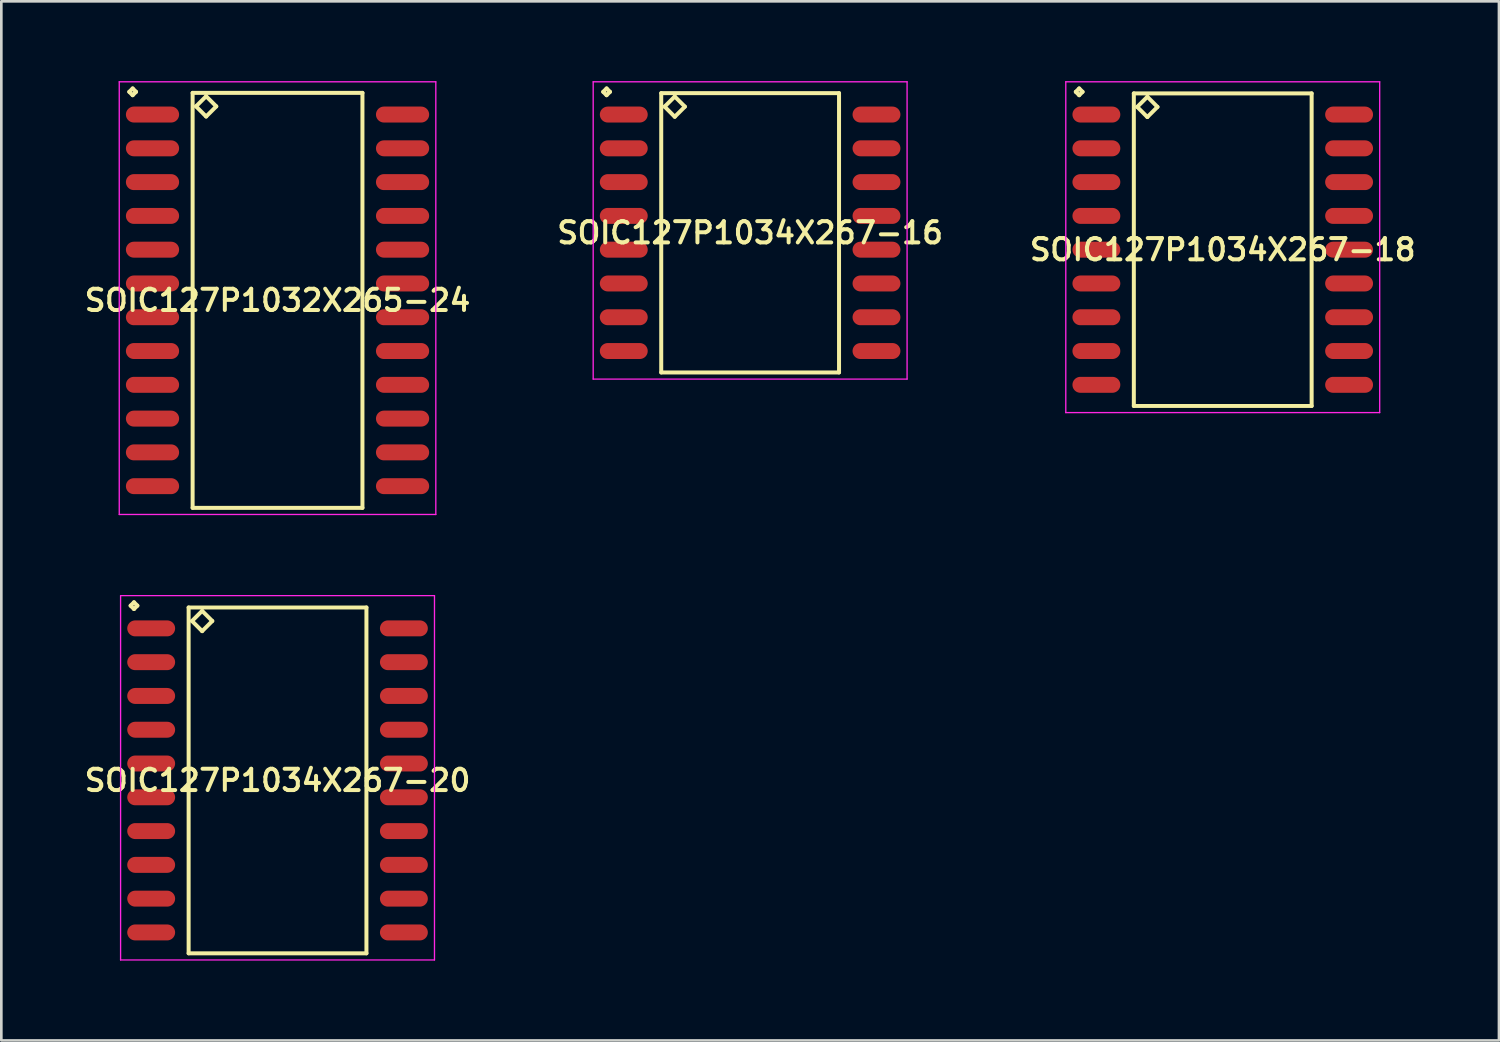
<source format=kicad_pcb>
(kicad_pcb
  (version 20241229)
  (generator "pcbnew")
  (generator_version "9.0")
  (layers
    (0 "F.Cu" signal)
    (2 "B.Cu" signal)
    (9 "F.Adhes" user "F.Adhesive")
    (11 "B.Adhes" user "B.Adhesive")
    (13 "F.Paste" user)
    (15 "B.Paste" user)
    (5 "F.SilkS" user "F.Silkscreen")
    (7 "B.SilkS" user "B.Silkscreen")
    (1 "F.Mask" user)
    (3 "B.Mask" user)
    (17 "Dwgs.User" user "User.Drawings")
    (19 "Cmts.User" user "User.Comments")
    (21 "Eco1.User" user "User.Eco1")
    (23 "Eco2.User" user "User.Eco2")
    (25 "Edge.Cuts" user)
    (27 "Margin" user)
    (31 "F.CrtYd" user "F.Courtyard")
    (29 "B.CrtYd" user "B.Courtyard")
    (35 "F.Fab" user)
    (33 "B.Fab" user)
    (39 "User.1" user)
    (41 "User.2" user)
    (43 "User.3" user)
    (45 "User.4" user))
  (footprint "SOIC127P1032X265-24"
    (layer "F.Cu")
    (at 7.383 8.241)
    (property "Reference" "SOIC127P1032X265-24" (at 0 0 0) (layer "F.SilkS") (effects (font (size 0.8 0.8) (thickness 0.15))))
    (attr smd)
    (fp_line (start -5.573 -7.839) (end -5.446 -7.966) (stroke (width 0.15) (type solid)) (layer "F.SilkS"))
    (fp_line (start -5.446 -7.966) (end -5.319 -7.839) (stroke (width 0.15) (type solid)) (layer "F.SilkS"))
    (fp_line (start -5.446 -7.712) (end -5.573 -7.839) (stroke (width 0.15) (type solid)) (layer "F.SilkS"))
    (fp_line (start -5.319 -7.839) (end -5.446 -7.712) (stroke (width 0.15) (type solid)) (layer "F.SilkS"))
    (fp_line (start -3.192 -7.8) (end -3.192 7.8) (stroke (width 0.15) (type solid)) (layer "F.SilkS"))
    (fp_line (start -3.192 7.8) (end 3.192 7.8) (stroke (width 0.15) (type solid)) (layer "F.SilkS"))
    (fp_line (start -3.065 -7.292) (end -2.684 -7.673) (stroke (width 0.15) (type solid)) (layer "F.SilkS"))
    (fp_line (start -2.684 -7.673) (end -2.303 -7.292) (stroke (width 0.15) (type solid)) (layer "F.SilkS"))
    (fp_line (start -2.684 -6.911) (end -3.065 -7.292) (stroke (width 0.15) (type solid)) (layer "F.SilkS"))
    (fp_line (start -2.303 -7.292) (end -2.684 -6.911) (stroke (width 0.15) (type solid)) (layer "F.SilkS"))
    (fp_line (start 3.192 -7.8) (end -3.192 -7.8) (stroke (width 0.15) (type solid)) (layer "F.SilkS"))
    (fp_line (start 3.192 7.8) (end 3.192 -7.8) (stroke (width 0.15) (type solid)) (layer "F.SilkS"))
    (fp_line (start -5.95 -8.216) (end 5.95 -8.216) (stroke (width 0.05) (type solid)) (layer "F.CrtYd"))
    (fp_line (start -5.95 8.05) (end -5.95 -8.216) (stroke (width 0.05) (type solid)) (layer "F.CrtYd"))
    (fp_line (start 5.95 -8.216) (end 5.95 8.05) (stroke (width 0.05) (type solid)) (layer "F.CrtYd"))
    (fp_line (start 5.95 8.05) (end -5.95 8.05) (stroke (width 0.05) (type solid)) (layer "F.CrtYd"))
    (pad "1" smd oval (at -4.7 -6.985) (size 2 0.6) (layers "F.Cu" "F.Mask" "F.Paste"))
    (pad "2" smd oval (at -4.7 -5.715) (size 2 0.6) (layers "F.Cu" "F.Mask" "F.Paste"))
    (pad "3" smd oval (at -4.7 -4.445) (size 2 0.6) (layers "F.Cu" "F.Mask" "F.Paste"))
    (pad "4" smd oval (at -4.7 -3.175) (size 2 0.6) (layers "F.Cu" "F.Mask" "F.Paste"))
    (pad "5" smd oval (at -4.7 -1.905) (size 2 0.6) (layers "F.Cu" "F.Mask" "F.Paste"))
    (pad "6" smd oval (at -4.7 -0.635) (size 2 0.6) (layers "F.Cu" "F.Mask" "F.Paste"))
    (pad "7" smd oval (at -4.7 0.635) (size 2 0.6) (layers "F.Cu" "F.Mask" "F.Paste"))
    (pad "8" smd oval (at -4.7 1.905) (size 2 0.6) (layers "F.Cu" "F.Mask" "F.Paste"))
    (pad "9" smd oval (at -4.7 3.175) (size 2 0.6) (layers "F.Cu" "F.Mask" "F.Paste"))
    (pad "10" smd oval (at -4.7 4.445) (size 2 0.6) (layers "F.Cu" "F.Mask" "F.Paste"))
    (pad "11" smd oval (at -4.7 5.715) (size 2 0.6) (layers "F.Cu" "F.Mask" "F.Paste"))
    (pad "12" smd oval (at -4.7 6.985) (size 2 0.6) (layers "F.Cu" "F.Mask" "F.Paste"))
    (pad "13" smd oval (at 4.7 6.985) (size 2 0.6) (layers "F.Cu" "F.Mask" "F.Paste"))
    (pad "14" smd oval (at 4.7 5.715) (size 2 0.6) (layers "F.Cu" "F.Mask" "F.Paste"))
    (pad "15" smd oval (at 4.7 4.445) (size 2 0.6) (layers "F.Cu" "F.Mask" "F.Paste"))
    (pad "16" smd oval (at 4.7 3.175) (size 2 0.6) (layers "F.Cu" "F.Mask" "F.Paste"))
    (pad "17" smd oval (at 4.7 1.905) (size 2 0.6) (layers "F.Cu" "F.Mask" "F.Paste"))
    (pad "18" smd oval (at 4.7 0.635) (size 2 0.6) (layers "F.Cu" "F.Mask" "F.Paste"))
    (pad "19" smd oval (at 4.7 -0.635) (size 2 0.6) (layers "F.Cu" "F.Mask" "F.Paste"))
    (pad "20" smd oval (at 4.7 -1.905) (size 2 0.6) (layers "F.Cu" "F.Mask" "F.Paste"))
    (pad "21" smd oval (at 4.7 -3.175) (size 2 0.6) (layers "F.Cu" "F.Mask" "F.Paste"))
    (pad "22" smd oval (at 4.7 -4.445) (size 2 0.6) (layers "F.Cu" "F.Mask" "F.Paste"))
    (pad "23" smd oval (at 4.7 -5.715) (size 2 0.6) (layers "F.Cu" "F.Mask" "F.Paste"))
    (pad "24" smd oval (at 4.7 -6.985) (size 2 0.6) (layers "F.Cu" "F.Mask" "F.Paste")))
  (footprint "SOIC127P1034X267-18"
    (layer "F.Cu")
    (at 42.915 6.336)
    (property "Reference" "SOIC127P1034X267-18" (at 0 0 0) (layer "F.SilkS") (effects (font (size 0.8 0.8) (thickness 0.15))))
    (attr smd)
    (fp_line (start -5.523 -5.934) (end -5.396 -6.061) (stroke (width 0.15) (type solid)) (layer "F.SilkS"))
    (fp_line (start -5.396 -6.061) (end -5.269 -5.934) (stroke (width 0.15) (type solid)) (layer "F.SilkS"))
    (fp_line (start -5.396 -5.807) (end -5.523 -5.934) (stroke (width 0.15) (type solid)) (layer "F.SilkS"))
    (fp_line (start -5.269 -5.934) (end -5.396 -5.807) (stroke (width 0.15) (type solid)) (layer "F.SilkS"))
    (fp_line (start -3.342 -5.875) (end -3.342 5.875) (stroke (width 0.15) (type solid)) (layer "F.SilkS"))
    (fp_line (start -3.342 5.875) (end 3.342 5.875) (stroke (width 0.15) (type solid)) (layer "F.SilkS"))
    (fp_line (start -3.215 -5.367) (end -2.834 -5.748) (stroke (width 0.15) (type solid)) (layer "F.SilkS"))
    (fp_line (start -2.834 -5.748) (end -2.453 -5.367) (stroke (width 0.15) (type solid)) (layer "F.SilkS"))
    (fp_line (start -2.834 -4.986) (end -3.215 -5.367) (stroke (width 0.15) (type solid)) (layer "F.SilkS"))
    (fp_line (start -2.453 -5.367) (end -2.834 -4.986) (stroke (width 0.15) (type solid)) (layer "F.SilkS"))
    (fp_line (start 3.342 -5.875) (end -3.342 -5.875) (stroke (width 0.15) (type solid)) (layer "F.SilkS"))
    (fp_line (start 3.342 5.875) (end 3.342 -5.875) (stroke (width 0.15) (type solid)) (layer "F.SilkS"))
    (fp_line (start -5.9 -6.311) (end 5.9 -6.311) (stroke (width 0.05) (type solid)) (layer "F.CrtYd"))
    (fp_line (start -5.9 6.125) (end -5.9 -6.311) (stroke (width 0.05) (type solid)) (layer "F.CrtYd"))
    (fp_line (start 5.9 -6.311) (end 5.9 6.125) (stroke (width 0.05) (type solid)) (layer "F.CrtYd"))
    (fp_line (start 5.9 6.125) (end -5.9 6.125) (stroke (width 0.05) (type solid)) (layer "F.CrtYd"))
    (pad "1" smd oval (at -4.75 -5.08) (size 1.8 0.6) (layers "F.Cu" "F.Mask" "F.Paste"))
    (pad "2" smd oval (at -4.75 -3.81) (size 1.8 0.6) (layers "F.Cu" "F.Mask" "F.Paste"))
    (pad "3" smd oval (at -4.75 -2.54) (size 1.8 0.6) (layers "F.Cu" "F.Mask" "F.Paste"))
    (pad "4" smd oval (at -4.75 -1.27) (size 1.8 0.6) (layers "F.Cu" "F.Mask" "F.Paste"))
    (pad "5" smd oval (at -4.75 0) (size 1.8 0.6) (layers "F.Cu" "F.Mask" "F.Paste"))
    (pad "6" smd oval (at -4.75 1.27) (size 1.8 0.6) (layers "F.Cu" "F.Mask" "F.Paste"))
    (pad "7" smd oval (at -4.75 2.54) (size 1.8 0.6) (layers "F.Cu" "F.Mask" "F.Paste"))
    (pad "8" smd oval (at -4.75 3.81) (size 1.8 0.6) (layers "F.Cu" "F.Mask" "F.Paste"))
    (pad "9" smd oval (at -4.75 5.08) (size 1.8 0.6) (layers "F.Cu" "F.Mask" "F.Paste"))
    (pad "10" smd oval (at 4.75 5.08) (size 1.8 0.6) (layers "F.Cu" "F.Mask" "F.Paste"))
    (pad "11" smd oval (at 4.75 3.81) (size 1.8 0.6) (layers "F.Cu" "F.Mask" "F.Paste"))
    (pad "12" smd oval (at 4.75 2.54) (size 1.8 0.6) (layers "F.Cu" "F.Mask" "F.Paste"))
    (pad "13" smd oval (at 4.75 1.27) (size 1.8 0.6) (layers "F.Cu" "F.Mask" "F.Paste"))
    (pad "14" smd oval (at 4.75 0) (size 1.8 0.6) (layers "F.Cu" "F.Mask" "F.Paste"))
    (pad "15" smd oval (at 4.75 -1.27) (size 1.8 0.6) (layers "F.Cu" "F.Mask" "F.Paste"))
    (pad "16" smd oval (at 4.75 -2.54) (size 1.8 0.6) (layers "F.Cu" "F.Mask" "F.Paste"))
    (pad "17" smd oval (at 4.75 -3.81) (size 1.8 0.6) (layers "F.Cu" "F.Mask" "F.Paste"))
    (pad "18" smd oval (at 4.75 -5.08) (size 1.8 0.6) (layers "F.Cu" "F.Mask" "F.Paste")))
  (footprint "SOIC127P1034X267-20"
    (layer "F.Cu")
    (at 7.383 26.287)
    (property "Reference" "SOIC127P1034X267-20" (at 0 0 0) (layer "F.SilkS") (effects (font (size 0.8 0.8) (thickness 0.15))))
    (attr smd)
    (fp_line (start -5.523 -6.569) (end -5.396 -6.696) (stroke (width 0.15) (type solid)) (layer "F.SilkS"))
    (fp_line (start -5.396 -6.696) (end -5.269 -6.569) (stroke (width 0.15) (type solid)) (layer "F.SilkS"))
    (fp_line (start -5.396 -6.442) (end -5.523 -6.569) (stroke (width 0.15) (type solid)) (layer "F.SilkS"))
    (fp_line (start -5.269 -6.569) (end -5.396 -6.442) (stroke (width 0.15) (type solid)) (layer "F.SilkS"))
    (fp_line (start -3.342 -6.5) (end -3.342 6.5) (stroke (width 0.15) (type solid)) (layer "F.SilkS"))
    (fp_line (start -3.342 6.5) (end 3.342 6.5) (stroke (width 0.15) (type solid)) (layer "F.SilkS"))
    (fp_line (start -3.215 -5.992) (end -2.834 -6.373) (stroke (width 0.15) (type solid)) (layer "F.SilkS"))
    (fp_line (start -2.834 -6.373) (end -2.453 -5.992) (stroke (width 0.15) (type solid)) (layer "F.SilkS"))
    (fp_line (start -2.834 -5.611) (end -3.215 -5.992) (stroke (width 0.15) (type solid)) (layer "F.SilkS"))
    (fp_line (start -2.453 -5.992) (end -2.834 -5.611) (stroke (width 0.15) (type solid)) (layer "F.SilkS"))
    (fp_line (start 3.342 -6.5) (end -3.342 -6.5) (stroke (width 0.15) (type solid)) (layer "F.SilkS"))
    (fp_line (start 3.342 6.5) (end 3.342 -6.5) (stroke (width 0.15) (type solid)) (layer "F.SilkS"))
    (fp_line (start -5.9 -6.946) (end 5.9 -6.946) (stroke (width 0.05) (type solid)) (layer "F.CrtYd"))
    (fp_line (start -5.9 6.75) (end -5.9 -6.946) (stroke (width 0.05) (type solid)) (layer "F.CrtYd"))
    (fp_line (start 5.9 -6.946) (end 5.9 6.75) (stroke (width 0.05) (type solid)) (layer "F.CrtYd"))
    (fp_line (start 5.9 6.75) (end -5.9 6.75) (stroke (width 0.05) (type solid)) (layer "F.CrtYd"))
    (pad "1" smd oval (at -4.75 -5.715) (size 1.8 0.6) (layers "F.Cu" "F.Mask" "F.Paste"))
    (pad "2" smd oval (at -4.75 -4.445) (size 1.8 0.6) (layers "F.Cu" "F.Mask" "F.Paste"))
    (pad "3" smd oval (at -4.75 -3.175) (size 1.8 0.6) (layers "F.Cu" "F.Mask" "F.Paste"))
    (pad "4" smd oval (at -4.75 -1.905) (size 1.8 0.6) (layers "F.Cu" "F.Mask" "F.Paste"))
    (pad "5" smd oval (at -4.75 -0.635) (size 1.8 0.6) (layers "F.Cu" "F.Mask" "F.Paste"))
    (pad "6" smd oval (at -4.75 0.635) (size 1.8 0.6) (layers "F.Cu" "F.Mask" "F.Paste"))
    (pad "7" smd oval (at -4.75 1.905) (size 1.8 0.6) (layers "F.Cu" "F.Mask" "F.Paste"))
    (pad "8" smd oval (at -4.75 3.175) (size 1.8 0.6) (layers "F.Cu" "F.Mask" "F.Paste"))
    (pad "9" smd oval (at -4.75 4.445) (size 1.8 0.6) (layers "F.Cu" "F.Mask" "F.Paste"))
    (pad "10" smd oval (at -4.75 5.715) (size 1.8 0.6) (layers "F.Cu" "F.Mask" "F.Paste"))
    (pad "11" smd oval (at 4.75 5.715) (size 1.8 0.6) (layers "F.Cu" "F.Mask" "F.Paste"))
    (pad "12" smd oval (at 4.75 4.445) (size 1.8 0.6) (layers "F.Cu" "F.Mask" "F.Paste"))
    (pad "13" smd oval (at 4.75 3.175) (size 1.8 0.6) (layers "F.Cu" "F.Mask" "F.Paste"))
    (pad "14" smd oval (at 4.75 1.905) (size 1.8 0.6) (layers "F.Cu" "F.Mask" "F.Paste"))
    (pad "15" smd oval (at 4.75 0.635) (size 1.8 0.6) (layers "F.Cu" "F.Mask" "F.Paste"))
    (pad "16" smd oval (at 4.75 -0.635) (size 1.8 0.6) (layers "F.Cu" "F.Mask" "F.Paste"))
    (pad "17" smd oval (at 4.75 -1.905) (size 1.8 0.6) (layers "F.Cu" "F.Mask" "F.Paste"))
    (pad "18" smd oval (at 4.75 -3.175) (size 1.8 0.6) (layers "F.Cu" "F.Mask" "F.Paste"))
    (pad "19" smd oval (at 4.75 -4.445) (size 1.8 0.6) (layers "F.Cu" "F.Mask" "F.Paste"))
    (pad "20" smd oval (at 4.75 -5.715) (size 1.8 0.6) (layers "F.Cu" "F.Mask" "F.Paste")))
  (footprint "SOIC127P1034X267-16"
    (layer "F.Cu")
    (at 25.149 5.701)
    (property "Reference" "SOIC127P1034X267-16" (at 0 0 0) (layer "F.SilkS") (effects (font (size 0.8 0.8) (thickness 0.15))))
    (attr smd)
    (fp_line (start -5.523 -5.299) (end -5.396 -5.426) (stroke (width 0.15) (type solid)) (layer "F.SilkS"))
    (fp_line (start -5.396 -5.426) (end -5.269 -5.299) (stroke (width 0.15) (type solid)) (layer "F.SilkS"))
    (fp_line (start -5.396 -5.172) (end -5.523 -5.299) (stroke (width 0.15) (type solid)) (layer "F.SilkS"))
    (fp_line (start -5.269 -5.299) (end -5.396 -5.172) (stroke (width 0.15) (type solid)) (layer "F.SilkS"))
    (fp_line (start -3.342 -5.25) (end -3.342 5.25) (stroke (width 0.15) (type solid)) (layer "F.SilkS"))
    (fp_line (start -3.342 5.25) (end 3.342 5.25) (stroke (width 0.15) (type solid)) (layer "F.SilkS"))
    (fp_line (start -3.215 -4.742) (end -2.834 -5.123) (stroke (width 0.15) (type solid)) (layer "F.SilkS"))
    (fp_line (start -2.834 -5.123) (end -2.453 -4.742) (stroke (width 0.15) (type solid)) (layer "F.SilkS"))
    (fp_line (start -2.834 -4.361) (end -3.215 -4.742) (stroke (width 0.15) (type solid)) (layer "F.SilkS"))
    (fp_line (start -2.453 -4.742) (end -2.834 -4.361) (stroke (width 0.15) (type solid)) (layer "F.SilkS"))
    (fp_line (start 3.342 -5.25) (end -3.342 -5.25) (stroke (width 0.15) (type solid)) (layer "F.SilkS"))
    (fp_line (start 3.342 5.25) (end 3.342 -5.25) (stroke (width 0.15) (type solid)) (layer "F.SilkS"))
    (fp_line (start -5.9 -5.676) (end 5.9 -5.676) (stroke (width 0.05) (type solid)) (layer "F.CrtYd"))
    (fp_line (start -5.9 5.5) (end -5.9 -5.676) (stroke (width 0.05) (type solid)) (layer "F.CrtYd"))
    (fp_line (start 5.9 -5.676) (end 5.9 5.5) (stroke (width 0.05) (type solid)) (layer "F.CrtYd"))
    (fp_line (start 5.9 5.5) (end -5.9 5.5) (stroke (width 0.05) (type solid)) (layer "F.CrtYd"))
    (pad "1" smd oval (at -4.75 -4.445) (size 1.8 0.6) (layers "F.Cu" "F.Mask" "F.Paste"))
    (pad "2" smd oval (at -4.75 -3.175) (size 1.8 0.6) (layers "F.Cu" "F.Mask" "F.Paste"))
    (pad "3" smd oval (at -4.75 -1.905) (size 1.8 0.6) (layers "F.Cu" "F.Mask" "F.Paste"))
    (pad "4" smd oval (at -4.75 -0.635) (size 1.8 0.6) (layers "F.Cu" "F.Mask" "F.Paste"))
    (pad "5" smd oval (at -4.75 0.635) (size 1.8 0.6) (layers "F.Cu" "F.Mask" "F.Paste"))
    (pad "6" smd oval (at -4.75 1.905) (size 1.8 0.6) (layers "F.Cu" "F.Mask" "F.Paste"))
    (pad "7" smd oval (at -4.75 3.175) (size 1.8 0.6) (layers "F.Cu" "F.Mask" "F.Paste"))
    (pad "8" smd oval (at -4.75 4.445) (size 1.8 0.6) (layers "F.Cu" "F.Mask" "F.Paste"))
    (pad "9" smd oval (at 4.75 4.445) (size 1.8 0.6) (layers "F.Cu" "F.Mask" "F.Paste"))
    (pad "10" smd oval (at 4.75 3.175) (size 1.8 0.6) (layers "F.Cu" "F.Mask" "F.Paste"))
    (pad "11" smd oval (at 4.75 1.905) (size 1.8 0.6) (layers "F.Cu" "F.Mask" "F.Paste"))
    (pad "12" smd oval (at 4.75 0.635) (size 1.8 0.6) (layers "F.Cu" "F.Mask" "F.Paste"))
    (pad "13" smd oval (at 4.75 -0.635) (size 1.8 0.6) (layers "F.Cu" "F.Mask" "F.Paste"))
    (pad "14" smd oval (at 4.75 -1.905) (size 1.8 0.6) (layers "F.Cu" "F.Mask" "F.Paste"))
    (pad "15" smd oval (at 4.75 -3.175) (size 1.8 0.6) (layers "F.Cu" "F.Mask" "F.Paste"))
    (pad "16" smd oval (at 4.75 -4.445) (size 1.8 0.6) (layers "F.Cu" "F.Mask" "F.Paste")))
  (gr_rect
    (start -3 -3)
    (end 53.299 36.062)
    (stroke (width 0.1) (type default))
    (fill no)
    (layer "Edge.Cuts")))
</source>
